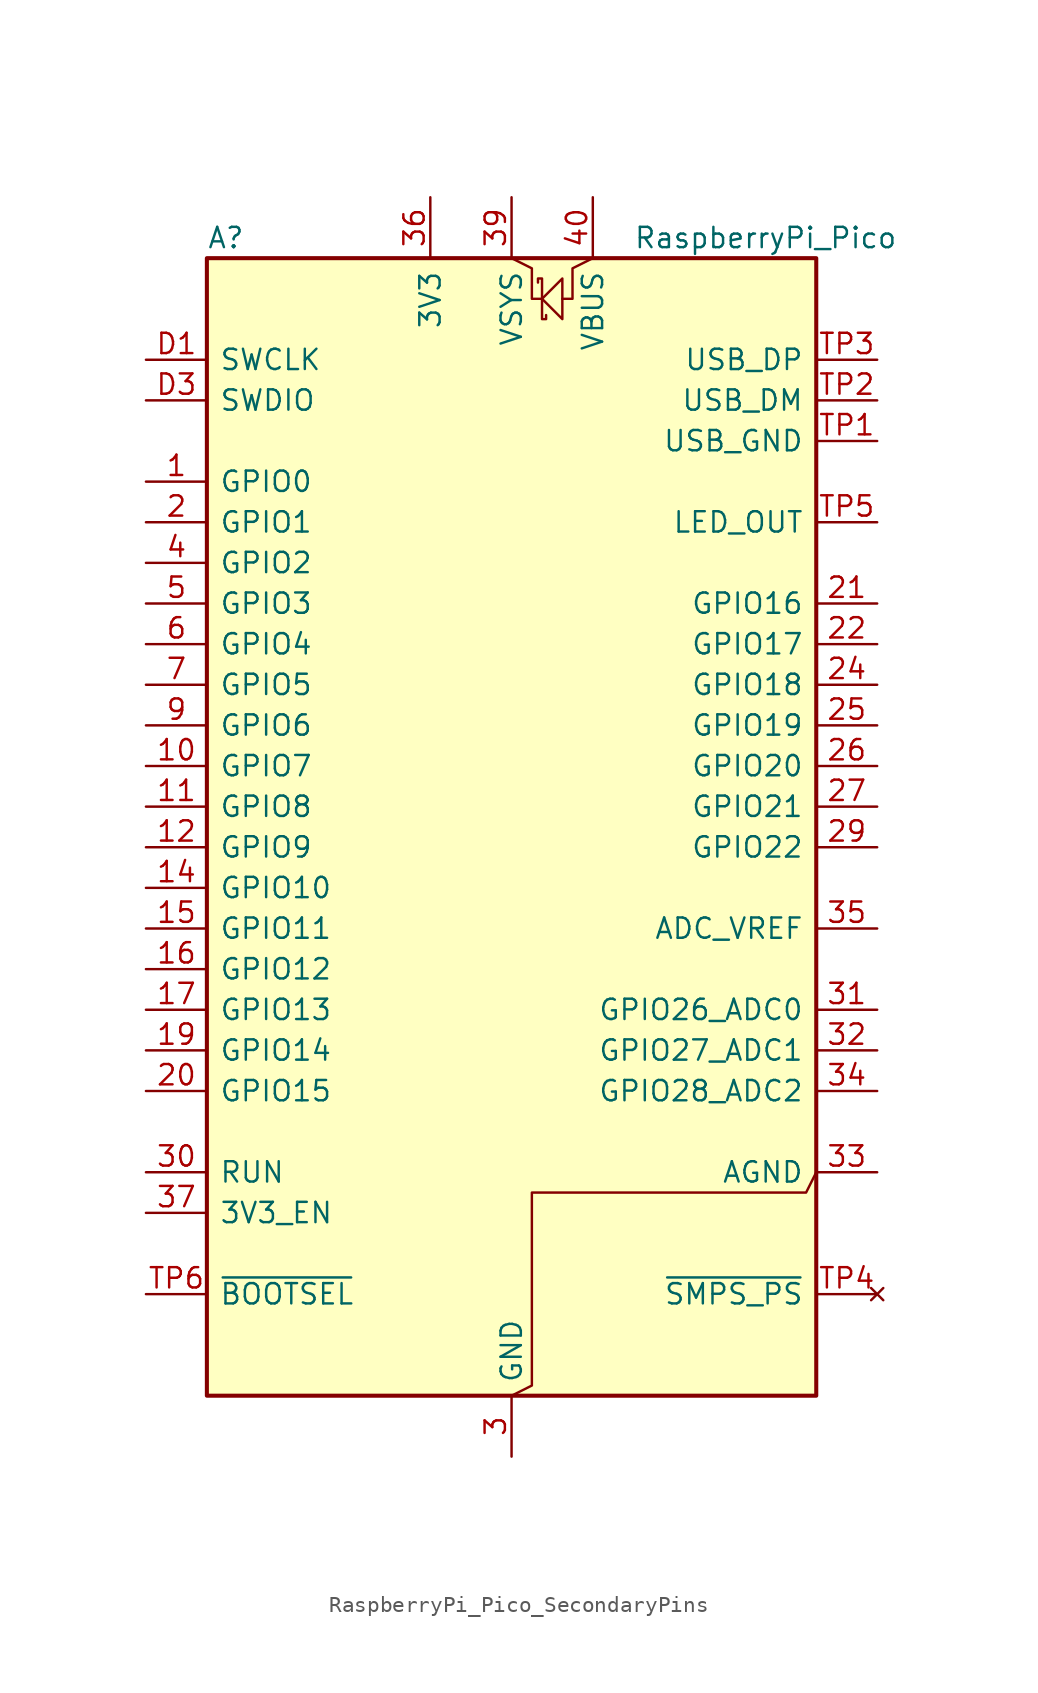
<source format=kicad_sym>
(kicad_symbol_lib
  (version 20231120)
  (generator "kicad_symbol_editor")
  (generator_version "8.0")
  (symbol "RaspberryPi_Pico_SecondaryPins"
    (pin_names
      (offset 0.762))
    (property "Reference" "A"
      (at -19.05 38.1 0)
      (effects (font (size 1.27 1.27)) (justify left)))
    (property "Value" "RaspberryPi_Pico"
      (at 7.62 38.1 0)
      (effects (font (size 1.27 1.27)) (justify left)))
    (symbol "RaspberryPi_Pico_SecondaryPins_0_1"
      (rectangle (start -19.05 36.83) (end 19.05 -34.29) (stroke (width 0.254) (type default)) (fill (type background)))
      (polyline (pts (xy 0 36.83) (xy 1.27 36.195) (xy 1.27 34.29) (xy 1.905 34.29)) (stroke (width 0) (type default)) (fill (type none)))
      (polyline (pts (xy 1.905 34.29) (xy 3.175 35.56) (xy 3.175 33.02) (xy 1.905 34.29)) (stroke (width 0) (type default)) (fill (type none)))
      (polyline (pts (xy 5.08 36.83) (xy 3.81 36.195) (xy 3.81 34.29) (xy 3.175 34.29)) (stroke (width 0) (type default)) (fill (type none)))
      (polyline (pts (xy 0 -34.29) (xy 1.27 -33.655) (xy 1.27 -21.59) (xy 18.415 -21.59) (xy 19.05 -20.32)) (stroke (width 0) (type default)) (fill (type none)))
      (polyline (pts (xy 1.651 35.306) (xy 1.651 35.56) (xy 1.905 35.56) (xy 1.905 33.02) (xy 2.159 33.02) (xy 2.159 33.274)) (stroke (width 0) (type default)) (fill (type none))))
    (symbol "RaspberryPi_Pico_SecondaryPins_1_1"
      (pin bidirectional line (at -22.86 22.86 0) (length 3.81) (name "GPIO0" (effects (font (size 1.27 1.27)))) (number "1" (effects (font (size 1.27 1.27)))) (alternate "I2C0_SDA" bidirectional line) (alternate "PWM0_A" output line) (alternate "SPI0_RX" input line) (alternate "UART0_TX" output line) (alternate "USB_OVCUR_DET" input line))
      (pin bidirectional line (at -22.86 5.08 0) (length 3.81) (name "GPIO7" (effects (font (size 1.27 1.27)))) (number "10" (effects (font (size 1.27 1.27)))) (alternate "I2C1_SCL" bidirectional clock) (alternate "PWM3_B" bidirectional line) (alternate "SPI0_TX" output line) (alternate "UART1_RTS" output line) (alternate "USB_VBUS_DET" input line))
      (pin bidirectional line (at -22.86 2.54 0) (length 3.81) (name "GPIO8" (effects (font (size 1.27 1.27)))) (number "11" (effects (font (size 1.27 1.27)))) (alternate "I2C0_SDA" bidirectional line) (alternate "PWM4_A" output line) (alternate "SPI1_RX" input line) (alternate "UART1_TX" output line) (alternate "USB_VBUS_EN" output line))
      (pin bidirectional line (at -22.86 0 0) (length 3.81) (name "GPIO9" (effects (font (size 1.27 1.27)))) (number "12" (effects (font (size 1.27 1.27)))) (alternate "I2C0_SCL" bidirectional clock) (alternate "PWM4_B" bidirectional line) (alternate "UART1_RX" input line) (alternate "USB_OVCUR_DET" input line) (alternate "~{SPI1_CSn}" bidirectional line))
      (pin passive line (at 0 -38.1 90) (length 3.81) hide (name "GND" (effects (font (size 1.27 1.27)))) (number "13" (effects (font (size 1.27 1.27)))))
      (pin bidirectional line (at -22.86 -2.54 0) (length 3.81) (name "GPIO10" (effects (font (size 1.27 1.27)))) (number "14" (effects (font (size 1.27 1.27)))) (alternate "I2C1_SDA" bidirectional line) (alternate "PWM5_A" output line) (alternate "SPI1_SCK" bidirectional clock) (alternate "UART1_CTS" input line) (alternate "USB_VBUS_DET" input line))
      (pin bidirectional line (at -22.86 -5.08 0) (length 3.81) (name "GPIO11" (effects (font (size 1.27 1.27)))) (number "15" (effects (font (size 1.27 1.27)))) (alternate "I2C1_SCL" bidirectional clock) (alternate "PWM5_B" bidirectional line) (alternate "SPI1_TX" output line) (alternate "UART1_RTS" output line) (alternate "USB_VBUS_EN" output line))
      (pin bidirectional line (at -22.86 -7.62 0) (length 3.81) (name "GPIO12" (effects (font (size 1.27 1.27)))) (number "16" (effects (font (size 1.27 1.27)))) (alternate "I2C0_SDA" bidirectional line) (alternate "PWM6_A" output line) (alternate "SPI1_RX" input line) (alternate "UART0_TX" output line) (alternate "USB_OVCUR_DET" input line))
      (pin bidirectional line (at -22.86 -10.16 0) (length 3.81) (name "GPIO13" (effects (font (size 1.27 1.27)))) (number "17" (effects (font (size 1.27 1.27)))) (alternate "I2C0_SCL" bidirectional clock) (alternate "PWM6_B" bidirectional line) (alternate "UART0_RX" input line) (alternate "USB_VBUS_DET" input line) (alternate "~{SPI1_CSn}" bidirectional line))
      (pin passive line (at 0 -38.1 90) (length 3.81) hide (name "GND" (effects (font (size 1.27 1.27)))) (number "18" (effects (font (size 1.27 1.27)))))
      (pin bidirectional line (at -22.86 -12.7 0) (length 3.81) (name "GPIO14" (effects (font (size 1.27 1.27)))) (number "19" (effects (font (size 1.27 1.27)))) (alternate "I2C1_SDA" bidirectional line) (alternate "PWM7_A" output line) (alternate "SPI1_SCK" bidirectional clock) (alternate "UART0_CTS" input line) (alternate "USB_VBUS_EN" output line))
      (pin bidirectional line (at -22.86 20.32 0) (length 3.81) (name "GPIO1" (effects (font (size 1.27 1.27)))) (number "2" (effects (font (size 1.27 1.27)))) (alternate "I2C0_SCL" bidirectional clock) (alternate "PWM0_B" bidirectional line) (alternate "UART0_RX" input line) (alternate "USB_VBUS_DET" passive line) (alternate "~{SPI0_CSn}" bidirectional line))
      (pin bidirectional line (at -22.86 -15.24 0) (length 3.81) (name "GPIO15" (effects (font (size 1.27 1.27)))) (number "20" (effects (font (size 1.27 1.27)))) (alternate "I2C1_SCL" bidirectional clock) (alternate "PWM7_B" bidirectional line) (alternate "SPI1_TX" output line) (alternate "UART0_RTS" output line) (alternate "USB_OVCUR_DET" input line))
      (pin bidirectional line (at 22.86 15.24 180) (length 3.81) (name "GPIO16" (effects (font (size 1.27 1.27)))) (number "21" (effects (font (size 1.27 1.27)))) (alternate "I2C0_SDA" bidirectional line) (alternate "PWM0_A" output line) (alternate "SPI0_RX" input line) (alternate "UART0_TX" output line) (alternate "USB_VBUS_DET" input line))
      (pin bidirectional line (at 22.86 12.7 180) (length 3.81) (name "GPIO17" (effects (font (size 1.27 1.27)))) (number "22" (effects (font (size 1.27 1.27)))) (alternate "I2C0_SCL" bidirectional clock) (alternate "PWM0_B" bidirectional line) (alternate "UART0_RX" input line) (alternate "USB_VBUS_EN" output line) (alternate "~{SPI0_CSn}" bidirectional line))
      (pin passive line (at 0 -38.1 90) (length 3.81) hide (name "GND" (effects (font (size 1.27 1.27)))) (number "23" (effects (font (size 1.27 1.27)))))
      (pin bidirectional line (at 22.86 10.16 180) (length 3.81) (name "GPIO18" (effects (font (size 1.27 1.27)))) (number "24" (effects (font (size 1.27 1.27)))) (alternate "I2C1_SDA" bidirectional line) (alternate "PWM1_A" output line) (alternate "SPI0_SCK" bidirectional clock) (alternate "UART0_CTS" input line) (alternate "USB_OVCUR_DET" input line))
      (pin bidirectional line (at 22.86 7.62 180) (length 3.81) (name "GPIO19" (effects (font (size 1.27 1.27)))) (number "25" (effects (font (size 1.27 1.27)))) (alternate "I2C1_SCL" bidirectional clock) (alternate "PWM1_B" bidirectional line) (alternate "SPI0_TX" output line) (alternate "UART0_RTS" output line) (alternate "USB_VBUS_DET" input line))
      (pin bidirectional line (at 22.86 5.08 180) (length 3.81) (name "GPIO20" (effects (font (size 1.27 1.27)))) (number "26" (effects (font (size 1.27 1.27)))) (alternate "CLOCK_GPIN0" input clock) (alternate "I2C0_SDA" bidirectional line) (alternate "PWM2_A" output line) (alternate "SPI0_RX" input line) (alternate "UART1_TX" output line) (alternate "USB_VBUS_EN" output line))
      (pin bidirectional line (at 22.86 2.54 180) (length 3.81) (name "GPIO21" (effects (font (size 1.27 1.27)))) (number "27" (effects (font (size 1.27 1.27)))) (alternate "CLOCK_GPOUT0" output clock) (alternate "I2C0_SCL" bidirectional clock) (alternate "PWM2_B" bidirectional line) (alternate "UART1_RX" input line) (alternate "USB_OVCUR_DET" input line) (alternate "~{SPI0_CSn}" bidirectional line))
      (pin passive line (at 0 -38.1 90) (length 3.81) hide (name "GND" (effects (font (size 1.27 1.27)))) (number "28" (effects (font (size 1.27 1.27)))))
      (pin bidirectional line (at 22.86 0 180) (length 3.81) (name "GPIO22" (effects (font (size 1.27 1.27)))) (number "29" (effects (font (size 1.27 1.27)))) (alternate "CLOCK_GPIN1" input clock) (alternate "I2C1_SDA" bidirectional line) (alternate "PWM3_A" output line) (alternate "SPI0_SCK" bidirectional clock) (alternate "UART1_CTS" input line) (alternate "USB_VBUS_DET" input line))
      (pin power_out line (at 0 -38.1 90) (length 3.81) (name "GND" (effects (font (size 1.27 1.27)))) (number "3" (effects (font (size 1.27 1.27)))) (alternate "GND_IN" power_in line))
      (pin input line (at -22.86 -20.32 0) (length 3.81) (name "RUN" (effects (font (size 1.27 1.27)))) (number "30" (effects (font (size 1.27 1.27)))) (alternate "~{RESET}" input line))
      (pin bidirectional line (at 22.86 -10.16 180) (length 3.81) (name "GPIO26_ADC0" (effects (font (size 1.27 1.27)))) (number "31" (effects (font (size 1.27 1.27)))) (alternate "ADC0" input line) (alternate "GPIO26" bidirectional line) (alternate "I2C1_SDA" bidirectional line) (alternate "PWM5_A" output line) (alternate "SPI1_SCK" bidirectional clock) (alternate "UART1_CTS" input line) (alternate "USB_VBUS_EN" output line))
      (pin bidirectional line (at 22.86 -12.7 180) (length 3.81) (name "GPIO27_ADC1" (effects (font (size 1.27 1.27)))) (number "32" (effects (font (size 1.27 1.27)))) (alternate "ADC1" input line) (alternate "GPIO27" bidirectional line) (alternate "I2C1_SCL" bidirectional clock) (alternate "PWM5_B" bidirectional line) (alternate "SPI1_TX" output line) (alternate "UART1_RTS" output line) (alternate "USB_OVCUR_DET" input line))
      (pin power_out line (at 22.86 -20.32 180) (length 3.81) (name "AGND" (effects (font (size 1.27 1.27)))) (number "33" (effects (font (size 1.27 1.27)))) (alternate "GND" passive line))
      (pin bidirectional line (at 22.86 -15.24 180) (length 3.81) (name "GPIO28_ADC2" (effects (font (size 1.27 1.27)))) (number "34" (effects (font (size 1.27 1.27)))) (alternate "ADC2" input line) (alternate "GPIO28" bidirectional line) (alternate "I2C0_SDA" bidirectional line) (alternate "PWM6_A" output line) (alternate "SPI1_RX" input line) (alternate "UART0_TX" output line) (alternate "USB_VBUS_DET" input line))
      (pin power_in line (at 22.86 -5.08 180) (length 3.81) (name "ADC_VREF" (effects (font (size 1.27 1.27)))) (number "35" (effects (font (size 1.27 1.27)))))
      (pin power_out line (at -5.08 40.64 270) (length 3.81) (name "3V3" (effects (font (size 1.27 1.27)))) (number "36" (effects (font (size 1.27 1.27)))))
      (pin input line (at -22.86 -22.86 0) (length 3.81) (name "3V3_EN" (effects (font (size 1.27 1.27)))) (number "37" (effects (font (size 1.27 1.27)))) (alternate "~{3V3_DISABLE}" input line))
      (pin passive line (at 0 -38.1 90) (length 3.81) hide (name "GND" (effects (font (size 1.27 1.27)))) (number "38" (effects (font (size 1.27 1.27)))))
      (pin power_in line (at 0 40.64 270) (length 3.81) (name "VSYS" (effects (font (size 1.27 1.27)))) (number "39" (effects (font (size 1.27 1.27)))) (alternate "VSYS_OUT" power_out line))
      (pin bidirectional line (at -22.86 17.78 0) (length 3.81) (name "GPIO2" (effects (font (size 1.27 1.27)))) (number "4" (effects (font (size 1.27 1.27)))) (alternate "I2C1_SDA" bidirectional line) (alternate "PWM1_A" output line) (alternate "SPI0_SCK" bidirectional clock) (alternate "UART0_CTS" input line) (alternate "USB_VBUS_DET" input line))
      (pin power_out line (at 5.08 40.64 270) (length 3.81) (name "VBUS" (effects (font (size 1.27 1.27)))) (number "40" (effects (font (size 1.27 1.27)))) (alternate "VBUS_IN" power_in line))
      (pin bidirectional line (at -22.86 15.24 0) (length 3.81) (name "GPIO3" (effects (font (size 1.27 1.27)))) (number "5" (effects (font (size 1.27 1.27)))) (alternate "I2C1_SCL" bidirectional clock) (alternate "PWM1_B" bidirectional line) (alternate "SPI0_TX" output line) (alternate "UART0_RTS" output line) (alternate "USB_OVCUR_DET" input line))
      (pin bidirectional line (at -22.86 12.7 0) (length 3.81) (name "GPIO4" (effects (font (size 1.27 1.27)))) (number "6" (effects (font (size 1.27 1.27)))) (alternate "I2C0_SDA" bidirectional line) (alternate "PWM2_A" output line) (alternate "SPI0_RX" input line) (alternate "UART1_TX" output line) (alternate "USB_VBUS_DET" input line))
      (pin bidirectional line (at -22.86 10.16 0) (length 3.81) (name "GPIO5" (effects (font (size 1.27 1.27)))) (number "7" (effects (font (size 1.27 1.27)))) (alternate "I2C0_SCL" bidirectional clock) (alternate "PWM2_B" bidirectional line) (alternate "UART1_RX" input line) (alternate "USB_VBUS_EN" output line) (alternate "~{SPI0_CSn}" bidirectional line))
      (pin passive line (at 0 -38.1 90) (length 3.81) hide (name "GND" (effects (font (size 1.27 1.27)))) (number "8" (effects (font (size 1.27 1.27)))))
      (pin bidirectional line (at -22.86 7.62 0) (length 3.81) (name "GPIO6" (effects (font (size 1.27 1.27)))) (number "9" (effects (font (size 1.27 1.27)))) (alternate "I2C1_SDA" bidirectional line) (alternate "PWM3_A" output line) (alternate "SPI0_SCK" bidirectional clock) (alternate "UART1_CTS" input line) (alternate "USB_OVCUR_DET" input line))
      (pin input line (at -22.86 30.48 0) (length 3.81) (name "SWCLK" (effects (font (size 1.27 1.27)))) (number "D1" (effects (font (size 1.27 1.27)))))
      (pin passive line (at 0 -38.1 90) (length 3.81) hide (name "GND" (effects (font (size 1.27 1.27)))) (number "D2" (effects (font (size 1.27 1.27)))))
      (pin bidirectional line (at -22.86 27.94 0) (length 3.81) (name "SWDIO" (effects (font (size 1.27 1.27)))) (number "D3" (effects (font (size 1.27 1.27)))))
      (pin power_out line (at 22.86 25.4 180) (length 3.81) (name "USB_GND" (effects (font (size 1.27 1.27)))) (number "TP1" (effects (font (size 1.27 1.27)))) (alternate "USB_GND_IN" power_in line))
      (pin bidirectional line (at 22.86 27.94 180) (length 3.81) (name "USB_DM" (effects (font (size 1.27 1.27)))) (number "TP2" (effects (font (size 1.27 1.27)))))
      (pin bidirectional line (at 22.86 30.48 180) (length 3.81) (name "USB_DP" (effects (font (size 1.27 1.27)))) (number "TP3" (effects (font (size 1.27 1.27)))))
      (pin no_connect line (at 22.86 -27.94 180) (length 3.81) (name "~{SMPS_PS}" (effects (font (size 1.27 1.27)))) (number "TP4" (effects (font (size 1.27 1.27)))) (alternate "GPIO23_UNSAFE" output line) (alternate "~{SMPS_PS_UNSAFE}" output line))
      (pin output line (at 22.86 20.32 180) (length 3.81) (name "LED_OUT" (effects (font (size 1.27 1.27)))) (number "TP5" (effects (font (size 1.27 1.27)))))
      (pin input line (at -22.86 -27.94 0) (length 3.81) (name "~{BOOTSEL}" (effects (font (size 1.27 1.27)))) (number "TP6" (effects (font (size 1.27 1.27))))))))
</source>
